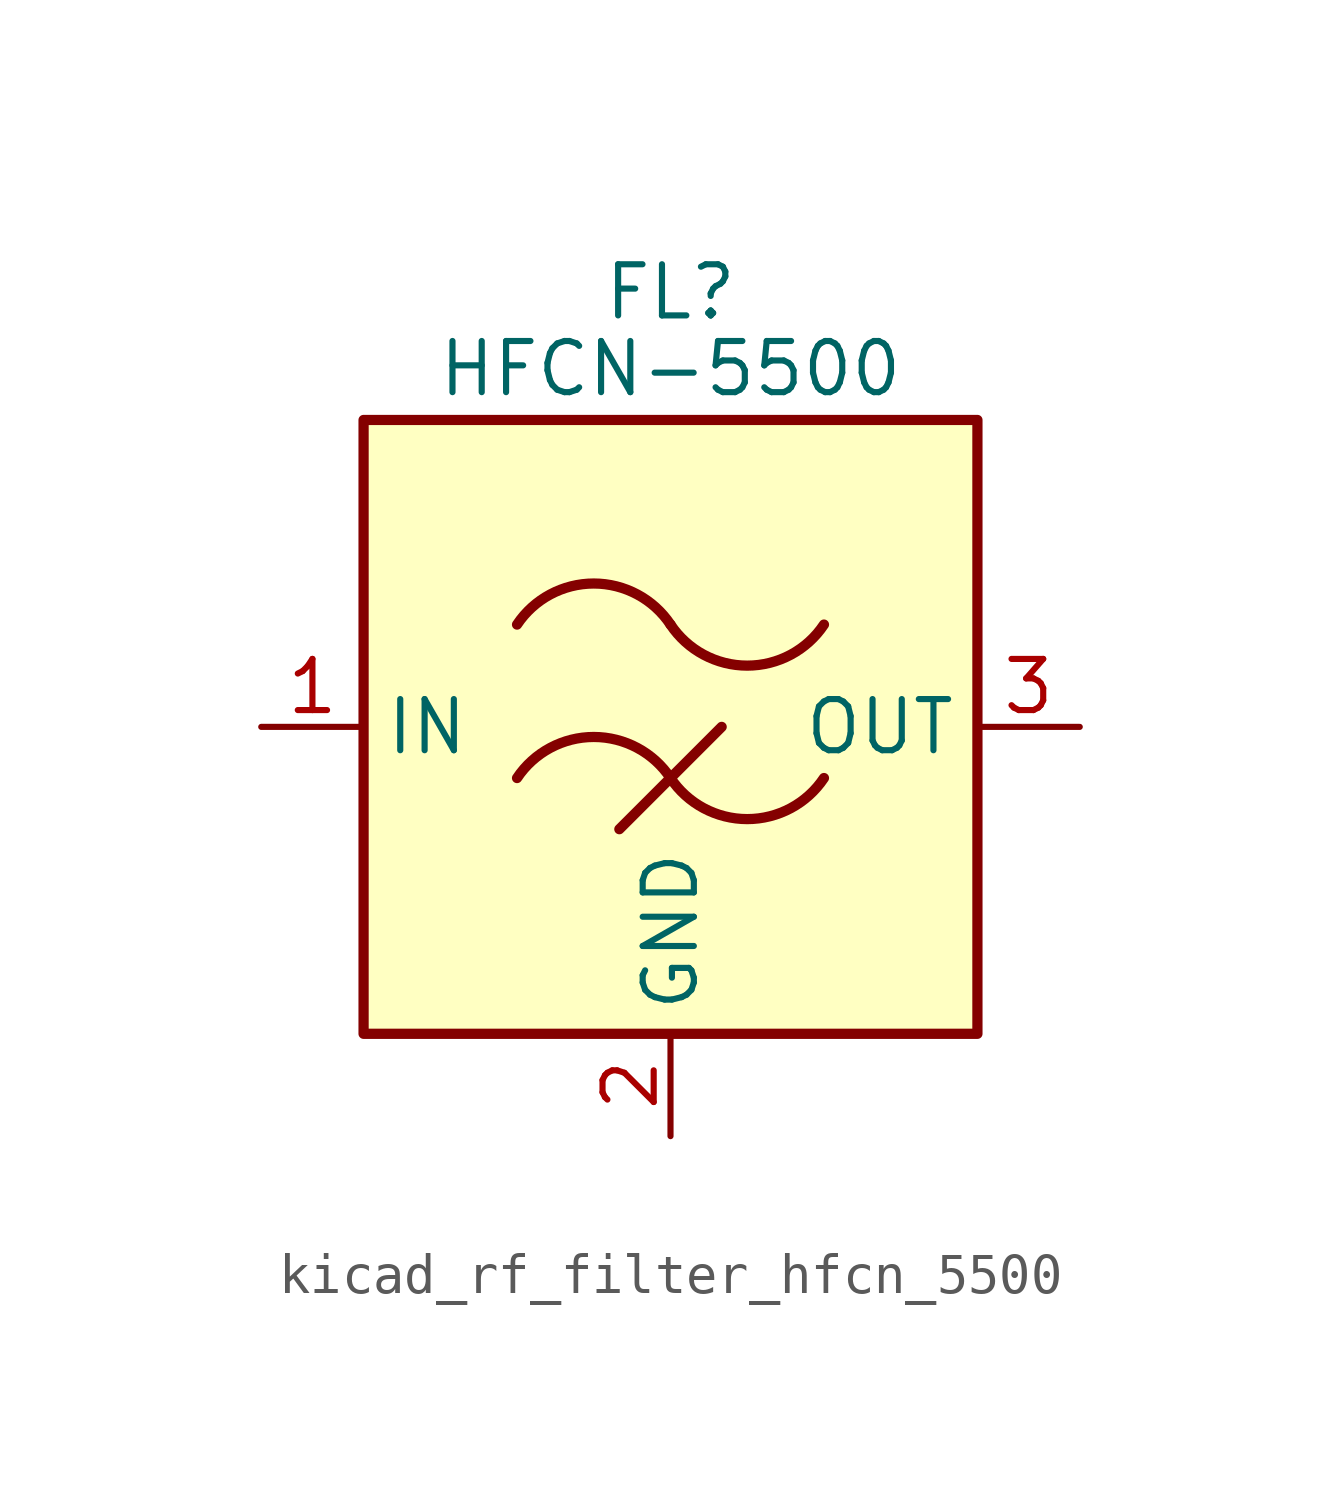
<source format=kicad_sym>
(kicad_symbol_lib
  (version 20220914)
  (generator kicad_symbol_editor)
  (symbol "kicad_rf_filter_hfcn_5500"
    (property "Reference" "FL"
      (at 0 10.795 0)
      (effects (font (size 1.27 1.27))))
    (property "Value" "HFCN-5500"
      (at 0 8.89 0)
      (effects (font (size 1.27 1.27))))
    (symbol "kicad_rf_filter_hfcn_5500_0_1"
      (rectangle (start -7.62 7.62) (end 7.62 -7.62) (stroke (width 0.254) (type default)) (fill (type background)))
      (arc (start 0 -1.27) (mid -1.905 -0.2505) (end -3.81 -1.27) (stroke (width 0.254) (type default)) (fill (type none)))
      (arc (start 0 -1.27) (mid 1.905 -2.2895) (end 3.81 -1.27) (stroke (width 0.254) (type default)) (fill (type none)))
      (polyline (pts (xy -1.27 -2.54) (xy 1.27 0)) (stroke (width 0.254) (type default)) (fill (type none)))
      (arc (start 0 2.54) (mid -1.905 3.5595) (end -3.81 2.54) (stroke (width 0.254) (type default)) (fill (type none)))
      (arc (start 0 2.54) (mid 1.905 1.5205) (end 3.81 2.54) (stroke (width 0.254) (type default)) (fill (type none))))
    (symbol "kicad_rf_filter_hfcn_5500_1_1"
      (pin passive line (at -10.16 0 0) (length 2.54) (name "IN" (effects (font (size 1.27 1.27)))) (number "1" (effects (font (size 1.27 1.27)))))
      (pin passive line (at 0 -10.16 90) (length 2.54) (name "GND" (effects (font (size 1.27 1.27)))) (number "2" (effects (font (size 1.27 1.27)))))
      (pin passive line (at 10.16 0 180) (length 2.54) (name "OUT" (effects (font (size 1.27 1.27)))) (number "3" (effects (font (size 1.27 1.27)))))
      (pin passive line (at 0 -10.16 90) (length 2.54) hide (name "GND" (effects (font (size 1.27 1.27)))) (number "4" (effects (font (size 1.27 1.27)))))
      (pin passive line (at 0 -10.16 90) (length 2.54) hide (name "GND" (effects (font (size 1.27 1.27)))) (number "5" (effects (font (size 1.27 1.27)))))
      (pin passive line (at 0 -10.16 90) (length 2.54) hide (name "GND" (effects (font (size 1.27 1.27)))) (number "6" (effects (font (size 1.27 1.27))))))))
</source>
